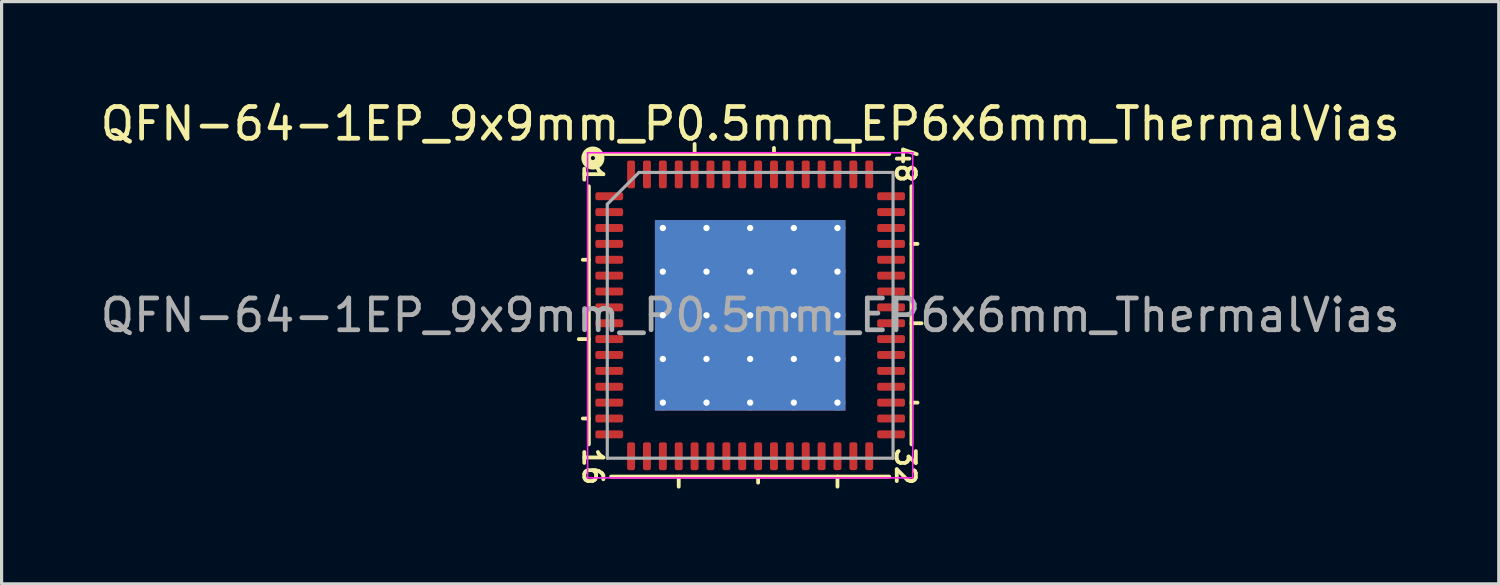
<source format=kicad_pcb>
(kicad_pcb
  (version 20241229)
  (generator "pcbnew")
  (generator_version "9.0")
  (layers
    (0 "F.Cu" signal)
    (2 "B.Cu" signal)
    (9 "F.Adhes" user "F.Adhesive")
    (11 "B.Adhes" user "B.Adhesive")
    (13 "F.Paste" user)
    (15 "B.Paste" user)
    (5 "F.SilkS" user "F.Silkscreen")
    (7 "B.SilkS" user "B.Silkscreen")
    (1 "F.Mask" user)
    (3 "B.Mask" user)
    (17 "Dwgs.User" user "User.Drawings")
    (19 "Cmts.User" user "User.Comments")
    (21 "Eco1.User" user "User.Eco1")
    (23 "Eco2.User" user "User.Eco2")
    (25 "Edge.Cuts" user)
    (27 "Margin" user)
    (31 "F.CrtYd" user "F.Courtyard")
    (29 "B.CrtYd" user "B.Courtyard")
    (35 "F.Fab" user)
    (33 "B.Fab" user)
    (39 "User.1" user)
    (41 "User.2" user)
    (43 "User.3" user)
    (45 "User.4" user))
  (footprint "QFN-64-1EP_9x9mm_P0.5mm_EP6x6mm_ThermalVias"
    (layer "F.Cu")
    (at 20.577 6.881)
    (property "Reference" "QFN-64-1EP_9x9mm_P0.5mm_EP6x6mm_ThermalVias" (at 0 -6.032 0) (layer "F.SilkS") (effects (font (size 1 1) (thickness 0.15))))
    (attr smd)
    (fp_line (start -5.08 -4.064) (end -5.08 4.064) (stroke (width 0.12) (type solid)) (layer "F.SilkS"))
    (fp_line (start -5.08 -1.75) (end -5.271 -1.75) (stroke (width 0.12) (type solid)) (layer "F.SilkS"))
    (fp_line (start -5.08 0.75) (end -5.397 0.75) (stroke (width 0.12) (type solid)) (layer "F.SilkS"))
    (fp_line (start -5.08 3.25) (end -5.271 3.25) (stroke (width 0.12) (type solid)) (layer "F.SilkS"))
    (fp_line (start -4.381 5.08) (end 4.381 5.08) (stroke (width 0.12) (type solid)) (layer "F.SilkS"))
    (fp_line (start -2.25 5.08) (end -2.25 5.397) (stroke (width 0.12) (type solid)) (layer "F.SilkS"))
    (fp_line (start -1.75 -5.08) (end -1.75 -5.397) (stroke (width 0.12) (type solid)) (layer "F.SilkS"))
    (fp_line (start 0.25 5.08) (end 0.25 5.271) (stroke (width 0.12) (type solid)) (layer "F.SilkS"))
    (fp_line (start 0.75 -5.08) (end 0.75 -5.271) (stroke (width 0.12) (type solid)) (layer "F.SilkS"))
    (fp_line (start 2.75 5.08) (end 2.75 5.397) (stroke (width 0.12) (type solid)) (layer "F.SilkS"))
    (fp_line (start 3.25 -5.08) (end 3.25 -5.397) (stroke (width 0.12) (type solid)) (layer "F.SilkS"))
    (fp_line (start 4.381 -5.08) (end -4.572 -5.08) (stroke (width 0.12) (type solid)) (layer "F.SilkS"))
    (fp_line (start 5.08 -2.25) (end 5.271 -2.25) (stroke (width 0.12) (type solid)) (layer "F.SilkS"))
    (fp_line (start 5.08 0.25) (end 5.397 0.25) (stroke (width 0.12) (type solid)) (layer "F.SilkS"))
    (fp_line (start 5.08 2.75) (end 5.271 2.75) (stroke (width 0.12) (type solid)) (layer "F.SilkS"))
    (fp_line (start 5.08 4.064) (end 5.08 -4.064) (stroke (width 0.12) (type solid)) (layer "F.SilkS"))
    (fp_circle (center -4.953 -4.953) (end -4.889 -4.953) (stroke (width 0.3) (type solid)) (fill no) (layer "F.SilkS"))
    (fp_line (start -5.12 -5.12) (end -5.12 5.12) (stroke (width 0.05) (type solid)) (layer "F.CrtYd"))
    (fp_line (start -5.12 5.12) (end 5.12 5.12) (stroke (width 0.05) (type solid)) (layer "F.CrtYd"))
    (fp_line (start 5.12 -5.12) (end -5.12 -5.12) (stroke (width 0.05) (type solid)) (layer "F.CrtYd"))
    (fp_line (start 5.12 5.12) (end 5.12 -5.12) (stroke (width 0.05) (type solid)) (layer "F.CrtYd"))
    (fp_line (start -4.5 -3.5) (end -3.5 -4.5) (stroke (width 0.1) (type solid)) (layer "F.Fab"))
    (fp_line (start -4.5 4.5) (end -4.5 -3.5) (stroke (width 0.1) (type solid)) (layer "F.Fab"))
    (fp_line (start -3.5 -4.5) (end 4.5 -4.5) (stroke (width 0.1) (type solid)) (layer "F.Fab"))
    (fp_line (start 4.5 -4.5) (end 4.5 4.5) (stroke (width 0.1) (type solid)) (layer "F.Fab"))
    (fp_line (start 4.5 4.5) (end -4.5 4.5) (stroke (width 0.1) (type solid)) (layer "F.Fab"))
    (fp_text user "16" (at -4.953 4.763 270) (unlocked yes) (layer "F.SilkS") (effects (font (size 0.6 0.6) (thickness 0.12))))
    (fp_text user "32" (at 4.889 4.763 270) (unlocked yes) (layer "F.SilkS") (effects (font (size 0.6 0.6) (thickness 0.12))))
    (fp_text user "48" (at 4.889 -4.763 270) (unlocked yes) (layer "F.SilkS") (effects (font (size 0.6 0.6) (thickness 0.12))))
    (fp_text user "1" (at -4.953 -4.445 270) (unlocked yes) (layer "F.SilkS") (effects (font (size 0.6 0.6) (thickness 0.12))))
    (fp_text user "${REFERENCE}" (at 0 0 0) (layer "F.Fab") (effects (font (size 1 1) (thickness 0.15))))
    (pad "" smd roundrect (at -2.062 -2.062) (size 1.209 1.209) (layers "F.Paste") (roundrect_rratio 0.207))
    (pad "" smd roundrect (at -2.062 -0.688) (size 1.209 1.209) (layers "F.Paste") (roundrect_rratio 0.207))
    (pad "" smd roundrect (at -2.062 0.688) (size 1.209 1.209) (layers "F.Paste") (roundrect_rratio 0.207))
    (pad "" smd roundrect (at -2.062 2.062) (size 1.209 1.209) (layers "F.Paste") (roundrect_rratio 0.207))
    (pad "" smd roundrect (at -0.688 -2.062) (size 1.209 1.209) (layers "F.Paste") (roundrect_rratio 0.207))
    (pad "" smd roundrect (at -0.688 -0.688) (size 1.209 1.209) (layers "F.Paste") (roundrect_rratio 0.207))
    (pad "" smd roundrect (at -0.688 0.688) (size 1.209 1.209) (layers "F.Paste") (roundrect_rratio 0.207))
    (pad "" smd roundrect (at -0.688 2.062) (size 1.209 1.209) (layers "F.Paste") (roundrect_rratio 0.207))
    (pad "" smd roundrect (at 0.688 -2.062) (size 1.209 1.209) (layers "F.Paste") (roundrect_rratio 0.207))
    (pad "" smd roundrect (at 0.688 -0.688) (size 1.209 1.209) (layers "F.Paste") (roundrect_rratio 0.207))
    (pad "" smd roundrect (at 0.688 0.688) (size 1.209 1.209) (layers "F.Paste") (roundrect_rratio 0.207))
    (pad "" smd roundrect (at 0.688 2.062) (size 1.209 1.209) (layers "F.Paste") (roundrect_rratio 0.207))
    (pad "" smd roundrect (at 2.062 -2.062) (size 1.209 1.209) (layers "F.Paste") (roundrect_rratio 0.207))
    (pad "" smd roundrect (at 2.062 -0.688) (size 1.209 1.209) (layers "F.Paste") (roundrect_rratio 0.207))
    (pad "" smd roundrect (at 2.062 0.688) (size 1.209 1.209) (layers "F.Paste") (roundrect_rratio 0.207))
    (pad "" smd roundrect (at 2.062 2.062) (size 1.209 1.209) (layers "F.Paste") (roundrect_rratio 0.207))
    (pad "1" smd roundrect (at -4.438 -3.75) (size 0.875 0.25) (layers "F.Cu" "F.Mask" "F.Paste") (roundrect_rratio 0.25))
    (pad "2" smd roundrect (at -4.438 -3.25) (size 0.875 0.25) (layers "F.Cu" "F.Mask" "F.Paste") (roundrect_rratio 0.25))
    (pad "3" smd roundrect (at -4.438 -2.75) (size 0.875 0.25) (layers "F.Cu" "F.Mask" "F.Paste") (roundrect_rratio 0.25))
    (pad "4" smd roundrect (at -4.438 -2.25) (size 0.875 0.25) (layers "F.Cu" "F.Mask" "F.Paste") (roundrect_rratio 0.25))
    (pad "5" smd roundrect (at -4.438 -1.75) (size 0.875 0.25) (layers "F.Cu" "F.Mask" "F.Paste") (roundrect_rratio 0.25))
    (pad "6" smd roundrect (at -4.438 -1.25) (size 0.875 0.25) (layers "F.Cu" "F.Mask" "F.Paste") (roundrect_rratio 0.25))
    (pad "7" smd roundrect (at -4.438 -0.75) (size 0.875 0.25) (layers "F.Cu" "F.Mask" "F.Paste") (roundrect_rratio 0.25))
    (pad "8" smd roundrect (at -4.438 -0.25) (size 0.875 0.25) (layers "F.Cu" "F.Mask" "F.Paste") (roundrect_rratio 0.25))
    (pad "9" smd roundrect (at -4.438 0.25) (size 0.875 0.25) (layers "F.Cu" "F.Mask" "F.Paste") (roundrect_rratio 0.25))
    (pad "10" smd roundrect (at -4.438 0.75) (size 0.875 0.25) (layers "F.Cu" "F.Mask" "F.Paste") (roundrect_rratio 0.25))
    (pad "11" smd roundrect (at -4.438 1.25) (size 0.875 0.25) (layers "F.Cu" "F.Mask" "F.Paste") (roundrect_rratio 0.25))
    (pad "12" smd roundrect (at -4.438 1.75) (size 0.875 0.25) (layers "F.Cu" "F.Mask" "F.Paste") (roundrect_rratio 0.25))
    (pad "13" smd roundrect (at -4.438 2.25) (size 0.875 0.25) (layers "F.Cu" "F.Mask" "F.Paste") (roundrect_rratio 0.25))
    (pad "14" smd roundrect (at -4.438 2.75) (size 0.875 0.25) (layers "F.Cu" "F.Mask" "F.Paste") (roundrect_rratio 0.25))
    (pad "15" smd roundrect (at -4.438 3.25) (size 0.875 0.25) (layers "F.Cu" "F.Mask" "F.Paste") (roundrect_rratio 0.25))
    (pad "16" smd roundrect (at -4.438 3.75) (size 0.875 0.25) (layers "F.Cu" "F.Mask" "F.Paste") (roundrect_rratio 0.25))
    (pad "17" smd roundrect (at -3.75 4.438) (size 0.25 0.875) (layers "F.Cu" "F.Mask" "F.Paste") (roundrect_rratio 0.25))
    (pad "18" smd roundrect (at -3.25 4.438) (size 0.25 0.875) (layers "F.Cu" "F.Mask" "F.Paste") (roundrect_rratio 0.25))
    (pad "19" smd roundrect (at -2.75 4.438) (size 0.25 0.875) (layers "F.Cu" "F.Mask" "F.Paste") (roundrect_rratio 0.25))
    (pad "20" smd roundrect (at -2.25 4.438) (size 0.25 0.875) (layers "F.Cu" "F.Mask" "F.Paste") (roundrect_rratio 0.25))
    (pad "21" smd roundrect (at -1.75 4.438) (size 0.25 0.875) (layers "F.Cu" "F.Mask" "F.Paste") (roundrect_rratio 0.25))
    (pad "22" smd roundrect (at -1.25 4.438) (size 0.25 0.875) (layers "F.Cu" "F.Mask" "F.Paste") (roundrect_rratio 0.25))
    (pad "23" smd roundrect (at -0.75 4.438) (size 0.25 0.875) (layers "F.Cu" "F.Mask" "F.Paste") (roundrect_rratio 0.25))
    (pad "24" smd roundrect (at -0.25 4.438) (size 0.25 0.875) (layers "F.Cu" "F.Mask" "F.Paste") (roundrect_rratio 0.25))
    (pad "25" smd roundrect (at 0.25 4.438) (size 0.25 0.875) (layers "F.Cu" "F.Mask" "F.Paste") (roundrect_rratio 0.25))
    (pad "26" smd roundrect (at 0.75 4.438) (size 0.25 0.875) (layers "F.Cu" "F.Mask" "F.Paste") (roundrect_rratio 0.25))
    (pad "27" smd roundrect (at 1.25 4.438) (size 0.25 0.875) (layers "F.Cu" "F.Mask" "F.Paste") (roundrect_rratio 0.25))
    (pad "28" smd roundrect (at 1.75 4.438) (size 0.25 0.875) (layers "F.Cu" "F.Mask" "F.Paste") (roundrect_rratio 0.25))
    (pad "29" smd roundrect (at 2.25 4.438) (size 0.25 0.875) (layers "F.Cu" "F.Mask" "F.Paste") (roundrect_rratio 0.25))
    (pad "30" smd roundrect (at 2.75 4.438) (size 0.25 0.875) (layers "F.Cu" "F.Mask" "F.Paste") (roundrect_rratio 0.25))
    (pad "31" smd roundrect (at 3.25 4.438) (size 0.25 0.875) (layers "F.Cu" "F.Mask" "F.Paste") (roundrect_rratio 0.25))
    (pad "32" smd roundrect (at 3.75 4.438) (size 0.25 0.875) (layers "F.Cu" "F.Mask" "F.Paste") (roundrect_rratio 0.25))
    (pad "33" smd roundrect (at 4.438 3.75) (size 0.875 0.25) (layers "F.Cu" "F.Mask" "F.Paste") (roundrect_rratio 0.25))
    (pad "34" smd roundrect (at 4.438 3.25) (size 0.875 0.25) (layers "F.Cu" "F.Mask" "F.Paste") (roundrect_rratio 0.25))
    (pad "35" smd roundrect (at 4.438 2.75) (size 0.875 0.25) (layers "F.Cu" "F.Mask" "F.Paste") (roundrect_rratio 0.25))
    (pad "36" smd roundrect (at 4.438 2.25) (size 0.875 0.25) (layers "F.Cu" "F.Mask" "F.Paste") (roundrect_rratio 0.25))
    (pad "37" smd roundrect (at 4.438 1.75) (size 0.875 0.25) (layers "F.Cu" "F.Mask" "F.Paste") (roundrect_rratio 0.25))
    (pad "38" smd roundrect (at 4.438 1.25) (size 0.875 0.25) (layers "F.Cu" "F.Mask" "F.Paste") (roundrect_rratio 0.25))
    (pad "39" smd roundrect (at 4.438 0.75) (size 0.875 0.25) (layers "F.Cu" "F.Mask" "F.Paste") (roundrect_rratio 0.25))
    (pad "40" smd roundrect (at 4.438 0.25) (size 0.875 0.25) (layers "F.Cu" "F.Mask" "F.Paste") (roundrect_rratio 0.25))
    (pad "41" smd roundrect (at 4.438 -0.25) (size 0.875 0.25) (layers "F.Cu" "F.Mask" "F.Paste") (roundrect_rratio 0.25))
    (pad "42" smd roundrect (at 4.438 -0.75) (size 0.875 0.25) (layers "F.Cu" "F.Mask" "F.Paste") (roundrect_rratio 0.25))
    (pad "43" smd roundrect (at 4.438 -1.25) (size 0.875 0.25) (layers "F.Cu" "F.Mask" "F.Paste") (roundrect_rratio 0.25))
    (pad "44" smd roundrect (at 4.438 -1.75) (size 0.875 0.25) (layers "F.Cu" "F.Mask" "F.Paste") (roundrect_rratio 0.25))
    (pad "45" smd roundrect (at 4.438 -2.25) (size 0.875 0.25) (layers "F.Cu" "F.Mask" "F.Paste") (roundrect_rratio 0.25))
    (pad "46" smd roundrect (at 4.438 -2.75) (size 0.875 0.25) (layers "F.Cu" "F.Mask" "F.Paste") (roundrect_rratio 0.25))
    (pad "47" smd roundrect (at 4.438 -3.25) (size 0.875 0.25) (layers "F.Cu" "F.Mask" "F.Paste") (roundrect_rratio 0.25))
    (pad "48" smd roundrect (at 4.438 -3.75) (size 0.875 0.25) (layers "F.Cu" "F.Mask" "F.Paste") (roundrect_rratio 0.25))
    (pad "49" smd roundrect (at 3.75 -4.438) (size 0.25 0.875) (layers "F.Cu" "F.Mask" "F.Paste") (roundrect_rratio 0.25))
    (pad "50" smd roundrect (at 3.25 -4.438) (size 0.25 0.875) (layers "F.Cu" "F.Mask" "F.Paste") (roundrect_rratio 0.25))
    (pad "51" smd roundrect (at 2.75 -4.438) (size 0.25 0.875) (layers "F.Cu" "F.Mask" "F.Paste") (roundrect_rratio 0.25))
    (pad "52" smd roundrect (at 2.25 -4.438) (size 0.25 0.875) (layers "F.Cu" "F.Mask" "F.Paste") (roundrect_rratio 0.25))
    (pad "53" smd roundrect (at 1.75 -4.438) (size 0.25 0.875) (layers "F.Cu" "F.Mask" "F.Paste") (roundrect_rratio 0.25))
    (pad "54" smd roundrect (at 1.25 -4.438) (size 0.25 0.875) (layers "F.Cu" "F.Mask" "F.Paste") (roundrect_rratio 0.25))
    (pad "55" smd roundrect (at 0.75 -4.438) (size 0.25 0.875) (layers "F.Cu" "F.Mask" "F.Paste") (roundrect_rratio 0.25))
    (pad "56" smd roundrect (at 0.25 -4.438) (size 0.25 0.875) (layers "F.Cu" "F.Mask" "F.Paste") (roundrect_rratio 0.25))
    (pad "57" smd roundrect (at -0.25 -4.438) (size 0.25 0.875) (layers "F.Cu" "F.Mask" "F.Paste") (roundrect_rratio 0.25))
    (pad "58" smd roundrect (at -0.75 -4.438) (size 0.25 0.875) (layers "F.Cu" "F.Mask" "F.Paste") (roundrect_rratio 0.25))
    (pad "59" smd roundrect (at -1.25 -4.438) (size 0.25 0.875) (layers "F.Cu" "F.Mask" "F.Paste") (roundrect_rratio 0.25))
    (pad "60" smd roundrect (at -1.75 -4.438) (size 0.25 0.875) (layers "F.Cu" "F.Mask" "F.Paste") (roundrect_rratio 0.25))
    (pad "61" smd roundrect (at -2.25 -4.438) (size 0.25 0.875) (layers "F.Cu" "F.Mask" "F.Paste") (roundrect_rratio 0.25))
    (pad "62" smd roundrect (at -2.75 -4.438) (size 0.25 0.875) (layers "F.Cu" "F.Mask" "F.Paste") (roundrect_rratio 0.25))
    (pad "63" smd roundrect (at -3.25 -4.438) (size 0.25 0.875) (layers "F.Cu" "F.Mask" "F.Paste") (roundrect_rratio 0.25))
    (pad "64" smd roundrect (at -3.75 -4.438) (size 0.25 0.875) (layers "F.Cu" "F.Mask" "F.Paste") (roundrect_rratio 0.25))
    (pad "65" thru_hole circle (at -2.75 -2.75) (size 0.5 0.5) (drill 0.2) (layers "*.Cu"))
    (pad "65" thru_hole circle (at -2.75 -1.375) (size 0.5 0.5) (drill 0.2) (layers "*.Cu"))
    (pad "65" thru_hole circle (at -2.75 0) (size 0.5 0.5) (drill 0.2) (layers "*.Cu"))
    (pad "65" thru_hole circle (at -2.75 1.375) (size 0.5 0.5) (drill 0.2) (layers "*.Cu"))
    (pad "65" thru_hole circle (at -2.75 2.75) (size 0.5 0.5) (drill 0.2) (layers "*.Cu"))
    (pad "65" thru_hole circle (at -1.375 -2.75) (size 0.5 0.5) (drill 0.2) (layers "*.Cu"))
    (pad "65" thru_hole circle (at -1.375 -1.375) (size 0.5 0.5) (drill 0.2) (layers "*.Cu"))
    (pad "65" thru_hole circle (at -1.375 0) (size 0.5 0.5) (drill 0.2) (layers "*.Cu"))
    (pad "65" thru_hole circle (at -1.375 1.375) (size 0.5 0.5) (drill 0.2) (layers "*.Cu"))
    (pad "65" thru_hole circle (at -1.375 2.75) (size 0.5 0.5) (drill 0.2) (layers "*.Cu"))
    (pad "65" thru_hole circle (at 0 -2.75) (size 0.5 0.5) (drill 0.2) (layers "*.Cu"))
    (pad "65" thru_hole circle (at 0 -1.375) (size 0.5 0.5) (drill 0.2) (layers "*.Cu"))
    (pad "65" thru_hole circle (at 0 0) (size 0.5 0.5) (drill 0.2) (layers "*.Cu"))
    (pad "65" smd rect (at 0 0) (size 6 6) (layers "F.Cu" "F.Mask"))
    (pad "65" smd rect (at 0 0) (size 6 6) (layers "B.Cu" "B.Mask"))
    (pad "65" thru_hole circle (at 0 1.375) (size 0.5 0.5) (drill 0.2) (layers "*.Cu"))
    (pad "65" thru_hole circle (at 0 2.75) (size 0.5 0.5) (drill 0.2) (layers "*.Cu"))
    (pad "65" thru_hole circle (at 1.375 -2.75) (size 0.5 0.5) (drill 0.2) (layers "*.Cu"))
    (pad "65" thru_hole circle (at 1.375 -1.375) (size 0.5 0.5) (drill 0.2) (layers "*.Cu"))
    (pad "65" thru_hole circle (at 1.375 0) (size 0.5 0.5) (drill 0.2) (layers "*.Cu"))
    (pad "65" thru_hole circle (at 1.375 1.375) (size 0.5 0.5) (drill 0.2) (layers "*.Cu"))
    (pad "65" thru_hole circle (at 1.375 2.75) (size 0.5 0.5) (drill 0.2) (layers "*.Cu"))
    (pad "65" thru_hole circle (at 2.75 -2.75) (size 0.5 0.5) (drill 0.2) (layers "*.Cu"))
    (pad "65" thru_hole circle (at 2.75 -1.375) (size 0.5 0.5) (drill 0.2) (layers "*.Cu"))
    (pad "65" thru_hole circle (at 2.75 0) (size 0.5 0.5) (drill 0.2) (layers "*.Cu"))
    (pad "65" thru_hole circle (at 2.75 1.375) (size 0.5 0.5) (drill 0.2) (layers "*.Cu"))
    (pad "65" thru_hole circle (at 2.75 2.75) (size 0.5 0.5) (drill 0.2) (layers "*.Cu")))
  (gr_rect
    (start -3 -3)
    (end 44.155 15.338)
    (stroke (width 0.1) (type default))
    (fill no)
    (layer "Edge.Cuts")))
</source>
